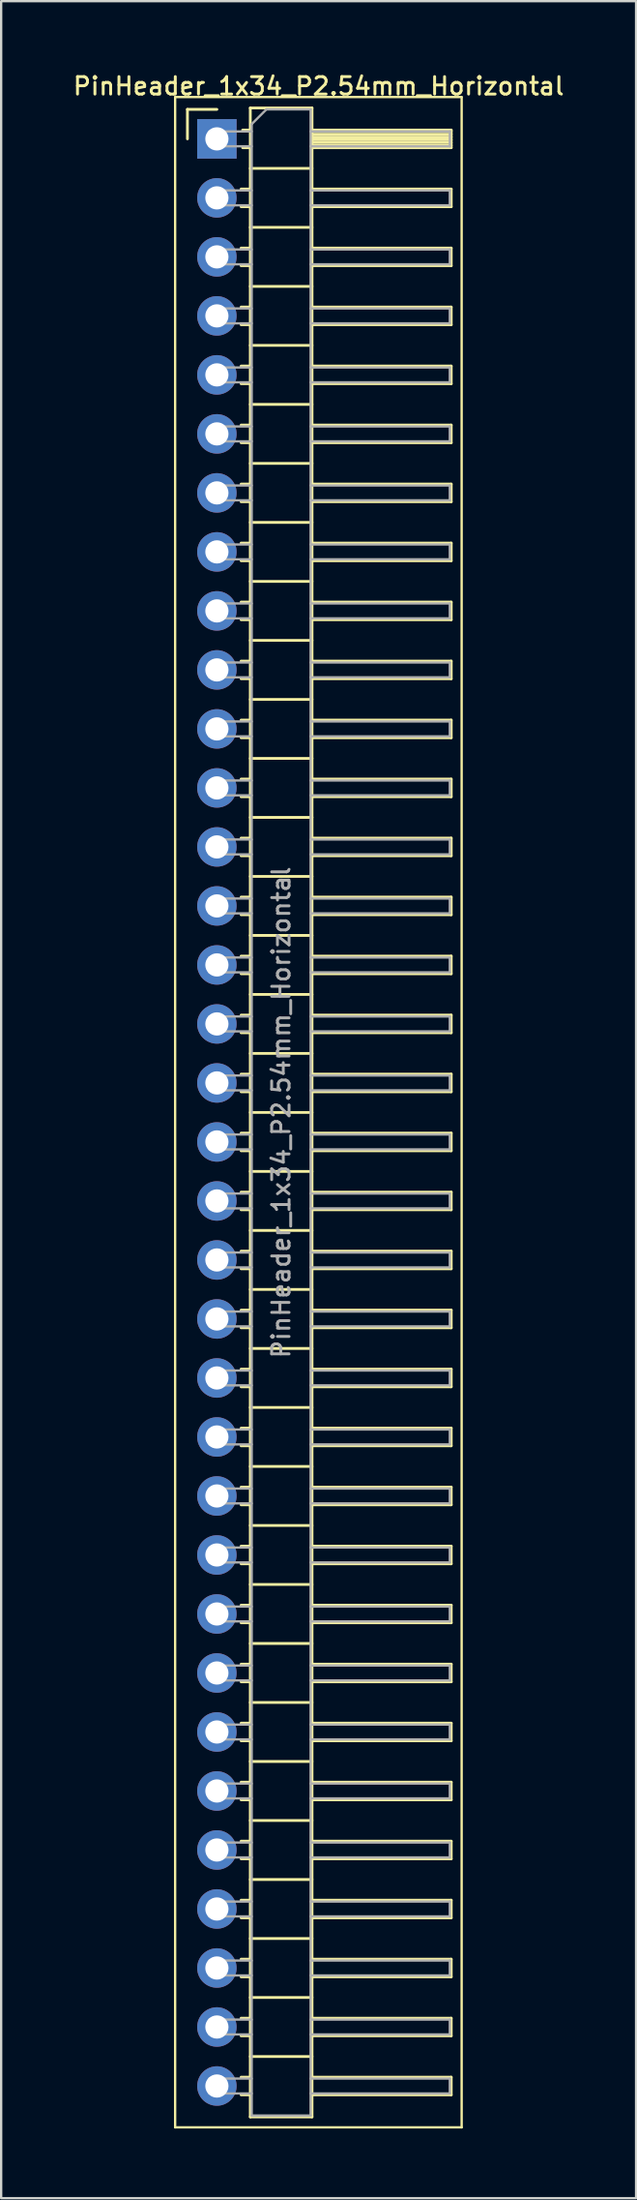
<source format=kicad_pcb>
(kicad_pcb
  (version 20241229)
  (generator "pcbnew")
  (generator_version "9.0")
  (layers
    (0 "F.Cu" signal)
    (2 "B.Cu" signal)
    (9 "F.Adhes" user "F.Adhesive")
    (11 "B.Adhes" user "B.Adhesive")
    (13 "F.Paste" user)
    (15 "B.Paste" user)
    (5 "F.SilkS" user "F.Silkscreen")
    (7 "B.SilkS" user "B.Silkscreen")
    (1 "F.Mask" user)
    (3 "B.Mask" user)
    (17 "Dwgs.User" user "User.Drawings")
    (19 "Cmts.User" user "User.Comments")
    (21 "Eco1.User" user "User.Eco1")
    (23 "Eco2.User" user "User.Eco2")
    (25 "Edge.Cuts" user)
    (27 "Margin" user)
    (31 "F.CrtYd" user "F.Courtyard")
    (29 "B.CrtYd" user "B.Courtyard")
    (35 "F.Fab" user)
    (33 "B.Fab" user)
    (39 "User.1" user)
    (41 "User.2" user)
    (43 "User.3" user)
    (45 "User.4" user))
  (footprint "PinHeader_1x34_P2.54mm_Horizontal"
    (layer "F.Cu")
    (at 6.299 2.928)
    (property "Reference" "PinHeader_1x34_P2.54mm_Horizontal" (at 4.385 -2.27 0) (layer "F.SilkS") (effects (font (size 0.75 0.75) (thickness 0.125))))
    (attr through_hole)
    (fp_line (start -1.8 -1.8) (end -1.8 85.6) (stroke (width 0.1) (type solid)) (layer "F.SilkS"))
    (fp_line (start -1.8 85.6) (end 10.55 85.6) (stroke (width 0.1) (type solid)) (layer "F.SilkS"))
    (fp_line (start -1.27 -1.27) (end 0 -1.27) (stroke (width 0.12) (type solid)) (layer "F.SilkS"))
    (fp_line (start -1.27 0) (end -1.27 -1.27) (stroke (width 0.12) (type solid)) (layer "F.SilkS"))
    (fp_line (start 1.043 2.16) (end 1.44 2.16) (stroke (width 0.12) (type solid)) (layer "F.SilkS"))
    (fp_line (start 1.043 2.92) (end 1.44 2.92) (stroke (width 0.12) (type solid)) (layer "F.SilkS"))
    (fp_line (start 1.043 4.7) (end 1.44 4.7) (stroke (width 0.12) (type solid)) (layer "F.SilkS"))
    (fp_line (start 1.043 5.46) (end 1.44 5.46) (stroke (width 0.12) (type solid)) (layer "F.SilkS"))
    (fp_line (start 1.043 7.24) (end 1.44 7.24) (stroke (width 0.12) (type solid)) (layer "F.SilkS"))
    (fp_line (start 1.043 8) (end 1.44 8) (stroke (width 0.12) (type solid)) (layer "F.SilkS"))
    (fp_line (start 1.043 9.78) (end 1.44 9.78) (stroke (width 0.12) (type solid)) (layer "F.SilkS"))
    (fp_line (start 1.043 10.54) (end 1.44 10.54) (stroke (width 0.12) (type solid)) (layer "F.SilkS"))
    (fp_line (start 1.043 12.32) (end 1.44 12.32) (stroke (width 0.12) (type solid)) (layer "F.SilkS"))
    (fp_line (start 1.043 13.08) (end 1.44 13.08) (stroke (width 0.12) (type solid)) (layer "F.SilkS"))
    (fp_line (start 1.043 14.86) (end 1.44 14.86) (stroke (width 0.12) (type solid)) (layer "F.SilkS"))
    (fp_line (start 1.043 15.62) (end 1.44 15.62) (stroke (width 0.12) (type solid)) (layer "F.SilkS"))
    (fp_line (start 1.043 17.4) (end 1.44 17.4) (stroke (width 0.12) (type solid)) (layer "F.SilkS"))
    (fp_line (start 1.043 18.16) (end 1.44 18.16) (stroke (width 0.12) (type solid)) (layer "F.SilkS"))
    (fp_line (start 1.043 19.94) (end 1.44 19.94) (stroke (width 0.12) (type solid)) (layer "F.SilkS"))
    (fp_line (start 1.043 20.7) (end 1.44 20.7) (stroke (width 0.12) (type solid)) (layer "F.SilkS"))
    (fp_line (start 1.043 22.48) (end 1.44 22.48) (stroke (width 0.12) (type solid)) (layer "F.SilkS"))
    (fp_line (start 1.043 23.24) (end 1.44 23.24) (stroke (width 0.12) (type solid)) (layer "F.SilkS"))
    (fp_line (start 1.043 25.02) (end 1.44 25.02) (stroke (width 0.12) (type solid)) (layer "F.SilkS"))
    (fp_line (start 1.043 25.78) (end 1.44 25.78) (stroke (width 0.12) (type solid)) (layer "F.SilkS"))
    (fp_line (start 1.043 27.56) (end 1.44 27.56) (stroke (width 0.12) (type solid)) (layer "F.SilkS"))
    (fp_line (start 1.043 28.32) (end 1.44 28.32) (stroke (width 0.12) (type solid)) (layer "F.SilkS"))
    (fp_line (start 1.043 30.1) (end 1.44 30.1) (stroke (width 0.12) (type solid)) (layer "F.SilkS"))
    (fp_line (start 1.043 30.86) (end 1.44 30.86) (stroke (width 0.12) (type solid)) (layer "F.SilkS"))
    (fp_line (start 1.043 32.64) (end 1.44 32.64) (stroke (width 0.12) (type solid)) (layer "F.SilkS"))
    (fp_line (start 1.043 33.4) (end 1.44 33.4) (stroke (width 0.12) (type solid)) (layer "F.SilkS"))
    (fp_line (start 1.043 35.18) (end 1.44 35.18) (stroke (width 0.12) (type solid)) (layer "F.SilkS"))
    (fp_line (start 1.043 35.94) (end 1.44 35.94) (stroke (width 0.12) (type solid)) (layer "F.SilkS"))
    (fp_line (start 1.043 37.72) (end 1.44 37.72) (stroke (width 0.12) (type solid)) (layer "F.SilkS"))
    (fp_line (start 1.043 38.48) (end 1.44 38.48) (stroke (width 0.12) (type solid)) (layer "F.SilkS"))
    (fp_line (start 1.043 40.26) (end 1.44 40.26) (stroke (width 0.12) (type solid)) (layer "F.SilkS"))
    (fp_line (start 1.043 41.02) (end 1.44 41.02) (stroke (width 0.12) (type solid)) (layer "F.SilkS"))
    (fp_line (start 1.043 42.8) (end 1.44 42.8) (stroke (width 0.12) (type solid)) (layer "F.SilkS"))
    (fp_line (start 1.043 43.56) (end 1.44 43.56) (stroke (width 0.12) (type solid)) (layer "F.SilkS"))
    (fp_line (start 1.043 45.34) (end 1.44 45.34) (stroke (width 0.12) (type solid)) (layer "F.SilkS"))
    (fp_line (start 1.043 46.1) (end 1.44 46.1) (stroke (width 0.12) (type solid)) (layer "F.SilkS"))
    (fp_line (start 1.043 47.88) (end 1.44 47.88) (stroke (width 0.12) (type solid)) (layer "F.SilkS"))
    (fp_line (start 1.043 48.64) (end 1.44 48.64) (stroke (width 0.12) (type solid)) (layer "F.SilkS"))
    (fp_line (start 1.043 50.42) (end 1.44 50.42) (stroke (width 0.12) (type solid)) (layer "F.SilkS"))
    (fp_line (start 1.043 51.18) (end 1.44 51.18) (stroke (width 0.12) (type solid)) (layer "F.SilkS"))
    (fp_line (start 1.043 52.96) (end 1.44 52.96) (stroke (width 0.12) (type solid)) (layer "F.SilkS"))
    (fp_line (start 1.043 53.72) (end 1.44 53.72) (stroke (width 0.12) (type solid)) (layer "F.SilkS"))
    (fp_line (start 1.043 55.5) (end 1.44 55.5) (stroke (width 0.12) (type solid)) (layer "F.SilkS"))
    (fp_line (start 1.043 56.26) (end 1.44 56.26) (stroke (width 0.12) (type solid)) (layer "F.SilkS"))
    (fp_line (start 1.043 58.04) (end 1.44 58.04) (stroke (width 0.12) (type solid)) (layer "F.SilkS"))
    (fp_line (start 1.043 58.8) (end 1.44 58.8) (stroke (width 0.12) (type solid)) (layer "F.SilkS"))
    (fp_line (start 1.043 60.58) (end 1.44 60.58) (stroke (width 0.12) (type solid)) (layer "F.SilkS"))
    (fp_line (start 1.043 61.34) (end 1.44 61.34) (stroke (width 0.12) (type solid)) (layer "F.SilkS"))
    (fp_line (start 1.043 63.12) (end 1.44 63.12) (stroke (width 0.12) (type solid)) (layer "F.SilkS"))
    (fp_line (start 1.043 63.88) (end 1.44 63.88) (stroke (width 0.12) (type solid)) (layer "F.SilkS"))
    (fp_line (start 1.043 65.66) (end 1.44 65.66) (stroke (width 0.12) (type solid)) (layer "F.SilkS"))
    (fp_line (start 1.043 66.42) (end 1.44 66.42) (stroke (width 0.12) (type solid)) (layer "F.SilkS"))
    (fp_line (start 1.043 68.2) (end 1.44 68.2) (stroke (width 0.12) (type solid)) (layer "F.SilkS"))
    (fp_line (start 1.043 68.96) (end 1.44 68.96) (stroke (width 0.12) (type solid)) (layer "F.SilkS"))
    (fp_line (start 1.043 70.74) (end 1.44 70.74) (stroke (width 0.12) (type solid)) (layer "F.SilkS"))
    (fp_line (start 1.043 71.5) (end 1.44 71.5) (stroke (width 0.12) (type solid)) (layer "F.SilkS"))
    (fp_line (start 1.043 73.28) (end 1.44 73.28) (stroke (width 0.12) (type solid)) (layer "F.SilkS"))
    (fp_line (start 1.043 74.04) (end 1.44 74.04) (stroke (width 0.12) (type solid)) (layer "F.SilkS"))
    (fp_line (start 1.043 75.82) (end 1.44 75.82) (stroke (width 0.12) (type solid)) (layer "F.SilkS"))
    (fp_line (start 1.043 76.58) (end 1.44 76.58) (stroke (width 0.12) (type solid)) (layer "F.SilkS"))
    (fp_line (start 1.043 78.36) (end 1.44 78.36) (stroke (width 0.12) (type solid)) (layer "F.SilkS"))
    (fp_line (start 1.043 79.12) (end 1.44 79.12) (stroke (width 0.12) (type solid)) (layer "F.SilkS"))
    (fp_line (start 1.043 80.9) (end 1.44 80.9) (stroke (width 0.12) (type solid)) (layer "F.SilkS"))
    (fp_line (start 1.043 81.66) (end 1.44 81.66) (stroke (width 0.12) (type solid)) (layer "F.SilkS"))
    (fp_line (start 1.043 83.44) (end 1.44 83.44) (stroke (width 0.12) (type solid)) (layer "F.SilkS"))
    (fp_line (start 1.043 84.2) (end 1.44 84.2) (stroke (width 0.12) (type solid)) (layer "F.SilkS"))
    (fp_line (start 1.11 -0.38) (end 1.44 -0.38) (stroke (width 0.12) (type solid)) (layer "F.SilkS"))
    (fp_line (start 1.11 0.38) (end 1.44 0.38) (stroke (width 0.12) (type solid)) (layer "F.SilkS"))
    (fp_line (start 1.44 -1.33) (end 1.44 85.15) (stroke (width 0.12) (type solid)) (layer "F.SilkS"))
    (fp_line (start 1.44 1.27) (end 4.1 1.27) (stroke (width 0.12) (type solid)) (layer "F.SilkS"))
    (fp_line (start 1.44 3.81) (end 4.1 3.81) (stroke (width 0.12) (type solid)) (layer "F.SilkS"))
    (fp_line (start 1.44 6.35) (end 4.1 6.35) (stroke (width 0.12) (type solid)) (layer "F.SilkS"))
    (fp_line (start 1.44 8.89) (end 4.1 8.89) (stroke (width 0.12) (type solid)) (layer "F.SilkS"))
    (fp_line (start 1.44 11.43) (end 4.1 11.43) (stroke (width 0.12) (type solid)) (layer "F.SilkS"))
    (fp_line (start 1.44 13.97) (end 4.1 13.97) (stroke (width 0.12) (type solid)) (layer "F.SilkS"))
    (fp_line (start 1.44 16.51) (end 4.1 16.51) (stroke (width 0.12) (type solid)) (layer "F.SilkS"))
    (fp_line (start 1.44 19.05) (end 4.1 19.05) (stroke (width 0.12) (type solid)) (layer "F.SilkS"))
    (fp_line (start 1.44 21.59) (end 4.1 21.59) (stroke (width 0.12) (type solid)) (layer "F.SilkS"))
    (fp_line (start 1.44 24.13) (end 4.1 24.13) (stroke (width 0.12) (type solid)) (layer "F.SilkS"))
    (fp_line (start 1.44 26.67) (end 4.1 26.67) (stroke (width 0.12) (type solid)) (layer "F.SilkS"))
    (fp_line (start 1.44 29.21) (end 4.1 29.21) (stroke (width 0.12) (type solid)) (layer "F.SilkS"))
    (fp_line (start 1.44 31.75) (end 4.1 31.75) (stroke (width 0.12) (type solid)) (layer "F.SilkS"))
    (fp_line (start 1.44 34.29) (end 4.1 34.29) (stroke (width 0.12) (type solid)) (layer "F.SilkS"))
    (fp_line (start 1.44 36.83) (end 4.1 36.83) (stroke (width 0.12) (type solid)) (layer "F.SilkS"))
    (fp_line (start 1.44 39.37) (end 4.1 39.37) (stroke (width 0.12) (type solid)) (layer "F.SilkS"))
    (fp_line (start 1.44 41.91) (end 4.1 41.91) (stroke (width 0.12) (type solid)) (layer "F.SilkS"))
    (fp_line (start 1.44 44.45) (end 4.1 44.45) (stroke (width 0.12) (type solid)) (layer "F.SilkS"))
    (fp_line (start 1.44 46.99) (end 4.1 46.99) (stroke (width 0.12) (type solid)) (layer "F.SilkS"))
    (fp_line (start 1.44 49.53) (end 4.1 49.53) (stroke (width 0.12) (type solid)) (layer "F.SilkS"))
    (fp_line (start 1.44 52.07) (end 4.1 52.07) (stroke (width 0.12) (type solid)) (layer "F.SilkS"))
    (fp_line (start 1.44 54.61) (end 4.1 54.61) (stroke (width 0.12) (type solid)) (layer "F.SilkS"))
    (fp_line (start 1.44 57.15) (end 4.1 57.15) (stroke (width 0.12) (type solid)) (layer "F.SilkS"))
    (fp_line (start 1.44 59.69) (end 4.1 59.69) (stroke (width 0.12) (type solid)) (layer "F.SilkS"))
    (fp_line (start 1.44 62.23) (end 4.1 62.23) (stroke (width 0.12) (type solid)) (layer "F.SilkS"))
    (fp_line (start 1.44 64.77) (end 4.1 64.77) (stroke (width 0.12) (type solid)) (layer "F.SilkS"))
    (fp_line (start 1.44 67.31) (end 4.1 67.31) (stroke (width 0.12) (type solid)) (layer "F.SilkS"))
    (fp_line (start 1.44 69.85) (end 4.1 69.85) (stroke (width 0.12) (type solid)) (layer "F.SilkS"))
    (fp_line (start 1.44 72.39) (end 4.1 72.39) (stroke (width 0.12) (type solid)) (layer "F.SilkS"))
    (fp_line (start 1.44 74.93) (end 4.1 74.93) (stroke (width 0.12) (type solid)) (layer "F.SilkS"))
    (fp_line (start 1.44 77.47) (end 4.1 77.47) (stroke (width 0.12) (type solid)) (layer "F.SilkS"))
    (fp_line (start 1.44 80.01) (end 4.1 80.01) (stroke (width 0.12) (type solid)) (layer "F.SilkS"))
    (fp_line (start 1.44 82.55) (end 4.1 82.55) (stroke (width 0.12) (type solid)) (layer "F.SilkS"))
    (fp_line (start 1.44 85.15) (end 4.1 85.15) (stroke (width 0.12) (type solid)) (layer "F.SilkS"))
    (fp_line (start 4.1 -1.33) (end 1.44 -1.33) (stroke (width 0.12) (type solid)) (layer "F.SilkS"))
    (fp_line (start 4.1 -0.38) (end 10.1 -0.38) (stroke (width 0.12) (type solid)) (layer "F.SilkS"))
    (fp_line (start 4.1 -0.32) (end 10.1 -0.32) (stroke (width 0.12) (type solid)) (layer "F.SilkS"))
    (fp_line (start 4.1 -0.2) (end 10.1 -0.2) (stroke (width 0.12) (type solid)) (layer "F.SilkS"))
    (fp_line (start 4.1 -0.08) (end 10.1 -0.08) (stroke (width 0.12) (type solid)) (layer "F.SilkS"))
    (fp_line (start 4.1 0.04) (end 10.1 0.04) (stroke (width 0.12) (type solid)) (layer "F.SilkS"))
    (fp_line (start 4.1 0.16) (end 10.1 0.16) (stroke (width 0.12) (type solid)) (layer "F.SilkS"))
    (fp_line (start 4.1 0.28) (end 10.1 0.28) (stroke (width 0.12) (type solid)) (layer "F.SilkS"))
    (fp_line (start 4.1 2.16) (end 10.1 2.16) (stroke (width 0.12) (type solid)) (layer "F.SilkS"))
    (fp_line (start 4.1 4.7) (end 10.1 4.7) (stroke (width 0.12) (type solid)) (layer "F.SilkS"))
    (fp_line (start 4.1 7.24) (end 10.1 7.24) (stroke (width 0.12) (type solid)) (layer "F.SilkS"))
    (fp_line (start 4.1 9.78) (end 10.1 9.78) (stroke (width 0.12) (type solid)) (layer "F.SilkS"))
    (fp_line (start 4.1 12.32) (end 10.1 12.32) (stroke (width 0.12) (type solid)) (layer "F.SilkS"))
    (fp_line (start 4.1 14.86) (end 10.1 14.86) (stroke (width 0.12) (type solid)) (layer "F.SilkS"))
    (fp_line (start 4.1 17.4) (end 10.1 17.4) (stroke (width 0.12) (type solid)) (layer "F.SilkS"))
    (fp_line (start 4.1 19.94) (end 10.1 19.94) (stroke (width 0.12) (type solid)) (layer "F.SilkS"))
    (fp_line (start 4.1 22.48) (end 10.1 22.48) (stroke (width 0.12) (type solid)) (layer "F.SilkS"))
    (fp_line (start 4.1 25.02) (end 10.1 25.02) (stroke (width 0.12) (type solid)) (layer "F.SilkS"))
    (fp_line (start 4.1 27.56) (end 10.1 27.56) (stroke (width 0.12) (type solid)) (layer "F.SilkS"))
    (fp_line (start 4.1 30.1) (end 10.1 30.1) (stroke (width 0.12) (type solid)) (layer "F.SilkS"))
    (fp_line (start 4.1 32.64) (end 10.1 32.64) (stroke (width 0.12) (type solid)) (layer "F.SilkS"))
    (fp_line (start 4.1 35.18) (end 10.1 35.18) (stroke (width 0.12) (type solid)) (layer "F.SilkS"))
    (fp_line (start 4.1 37.72) (end 10.1 37.72) (stroke (width 0.12) (type solid)) (layer "F.SilkS"))
    (fp_line (start 4.1 40.26) (end 10.1 40.26) (stroke (width 0.12) (type solid)) (layer "F.SilkS"))
    (fp_line (start 4.1 42.8) (end 10.1 42.8) (stroke (width 0.12) (type solid)) (layer "F.SilkS"))
    (fp_line (start 4.1 45.34) (end 10.1 45.34) (stroke (width 0.12) (type solid)) (layer "F.SilkS"))
    (fp_line (start 4.1 47.88) (end 10.1 47.88) (stroke (width 0.12) (type solid)) (layer "F.SilkS"))
    (fp_line (start 4.1 50.42) (end 10.1 50.42) (stroke (width 0.12) (type solid)) (layer "F.SilkS"))
    (fp_line (start 4.1 52.96) (end 10.1 52.96) (stroke (width 0.12) (type solid)) (layer "F.SilkS"))
    (fp_line (start 4.1 55.5) (end 10.1 55.5) (stroke (width 0.12) (type solid)) (layer "F.SilkS"))
    (fp_line (start 4.1 58.04) (end 10.1 58.04) (stroke (width 0.12) (type solid)) (layer "F.SilkS"))
    (fp_line (start 4.1 60.58) (end 10.1 60.58) (stroke (width 0.12) (type solid)) (layer "F.SilkS"))
    (fp_line (start 4.1 63.12) (end 10.1 63.12) (stroke (width 0.12) (type solid)) (layer "F.SilkS"))
    (fp_line (start 4.1 65.66) (end 10.1 65.66) (stroke (width 0.12) (type solid)) (layer "F.SilkS"))
    (fp_line (start 4.1 68.2) (end 10.1 68.2) (stroke (width 0.12) (type solid)) (layer "F.SilkS"))
    (fp_line (start 4.1 70.74) (end 10.1 70.74) (stroke (width 0.12) (type solid)) (layer "F.SilkS"))
    (fp_line (start 4.1 73.28) (end 10.1 73.28) (stroke (width 0.12) (type solid)) (layer "F.SilkS"))
    (fp_line (start 4.1 75.82) (end 10.1 75.82) (stroke (width 0.12) (type solid)) (layer "F.SilkS"))
    (fp_line (start 4.1 78.36) (end 10.1 78.36) (stroke (width 0.12) (type solid)) (layer "F.SilkS"))
    (fp_line (start 4.1 80.9) (end 10.1 80.9) (stroke (width 0.12) (type solid)) (layer "F.SilkS"))
    (fp_line (start 4.1 83.44) (end 10.1 83.44) (stroke (width 0.12) (type solid)) (layer "F.SilkS"))
    (fp_line (start 4.1 85.15) (end 4.1 -1.33) (stroke (width 0.12) (type solid)) (layer "F.SilkS"))
    (fp_line (start 10.1 -0.38) (end 10.1 0.38) (stroke (width 0.12) (type solid)) (layer "F.SilkS"))
    (fp_line (start 10.1 0.38) (end 4.1 0.38) (stroke (width 0.12) (type solid)) (layer "F.SilkS"))
    (fp_line (start 10.1 2.16) (end 10.1 2.92) (stroke (width 0.12) (type solid)) (layer "F.SilkS"))
    (fp_line (start 10.1 2.92) (end 4.1 2.92) (stroke (width 0.12) (type solid)) (layer "F.SilkS"))
    (fp_line (start 10.1 4.7) (end 10.1 5.46) (stroke (width 0.12) (type solid)) (layer "F.SilkS"))
    (fp_line (start 10.1 5.46) (end 4.1 5.46) (stroke (width 0.12) (type solid)) (layer "F.SilkS"))
    (fp_line (start 10.1 7.24) (end 10.1 8) (stroke (width 0.12) (type solid)) (layer "F.SilkS"))
    (fp_line (start 10.1 8) (end 4.1 8) (stroke (width 0.12) (type solid)) (layer "F.SilkS"))
    (fp_line (start 10.1 9.78) (end 10.1 10.54) (stroke (width 0.12) (type solid)) (layer "F.SilkS"))
    (fp_line (start 10.1 10.54) (end 4.1 10.54) (stroke (width 0.12) (type solid)) (layer "F.SilkS"))
    (fp_line (start 10.1 12.32) (end 10.1 13.08) (stroke (width 0.12) (type solid)) (layer "F.SilkS"))
    (fp_line (start 10.1 13.08) (end 4.1 13.08) (stroke (width 0.12) (type solid)) (layer "F.SilkS"))
    (fp_line (start 10.1 14.86) (end 10.1 15.62) (stroke (width 0.12) (type solid)) (layer "F.SilkS"))
    (fp_line (start 10.1 15.62) (end 4.1 15.62) (stroke (width 0.12) (type solid)) (layer "F.SilkS"))
    (fp_line (start 10.1 17.4) (end 10.1 18.16) (stroke (width 0.12) (type solid)) (layer "F.SilkS"))
    (fp_line (start 10.1 18.16) (end 4.1 18.16) (stroke (width 0.12) (type solid)) (layer "F.SilkS"))
    (fp_line (start 10.1 19.94) (end 10.1 20.7) (stroke (width 0.12) (type solid)) (layer "F.SilkS"))
    (fp_line (start 10.1 20.7) (end 4.1 20.7) (stroke (width 0.12) (type solid)) (layer "F.SilkS"))
    (fp_line (start 10.1 22.48) (end 10.1 23.24) (stroke (width 0.12) (type solid)) (layer "F.SilkS"))
    (fp_line (start 10.1 23.24) (end 4.1 23.24) (stroke (width 0.12) (type solid)) (layer "F.SilkS"))
    (fp_line (start 10.1 25.02) (end 10.1 25.78) (stroke (width 0.12) (type solid)) (layer "F.SilkS"))
    (fp_line (start 10.1 25.78) (end 4.1 25.78) (stroke (width 0.12) (type solid)) (layer "F.SilkS"))
    (fp_line (start 10.1 27.56) (end 10.1 28.32) (stroke (width 0.12) (type solid)) (layer "F.SilkS"))
    (fp_line (start 10.1 28.32) (end 4.1 28.32) (stroke (width 0.12) (type solid)) (layer "F.SilkS"))
    (fp_line (start 10.1 30.1) (end 10.1 30.86) (stroke (width 0.12) (type solid)) (layer "F.SilkS"))
    (fp_line (start 10.1 30.86) (end 4.1 30.86) (stroke (width 0.12) (type solid)) (layer "F.SilkS"))
    (fp_line (start 10.1 32.64) (end 10.1 33.4) (stroke (width 0.12) (type solid)) (layer "F.SilkS"))
    (fp_line (start 10.1 33.4) (end 4.1 33.4) (stroke (width 0.12) (type solid)) (layer "F.SilkS"))
    (fp_line (start 10.1 35.18) (end 10.1 35.94) (stroke (width 0.12) (type solid)) (layer "F.SilkS"))
    (fp_line (start 10.1 35.94) (end 4.1 35.94) (stroke (width 0.12) (type solid)) (layer "F.SilkS"))
    (fp_line (start 10.1 37.72) (end 10.1 38.48) (stroke (width 0.12) (type solid)) (layer "F.SilkS"))
    (fp_line (start 10.1 38.48) (end 4.1 38.48) (stroke (width 0.12) (type solid)) (layer "F.SilkS"))
    (fp_line (start 10.1 40.26) (end 10.1 41.02) (stroke (width 0.12) (type solid)) (layer "F.SilkS"))
    (fp_line (start 10.1 41.02) (end 4.1 41.02) (stroke (width 0.12) (type solid)) (layer "F.SilkS"))
    (fp_line (start 10.1 42.8) (end 10.1 43.56) (stroke (width 0.12) (type solid)) (layer "F.SilkS"))
    (fp_line (start 10.1 43.56) (end 4.1 43.56) (stroke (width 0.12) (type solid)) (layer "F.SilkS"))
    (fp_line (start 10.1 45.34) (end 10.1 46.1) (stroke (width 0.12) (type solid)) (layer "F.SilkS"))
    (fp_line (start 10.1 46.1) (end 4.1 46.1) (stroke (width 0.12) (type solid)) (layer "F.SilkS"))
    (fp_line (start 10.1 47.88) (end 10.1 48.64) (stroke (width 0.12) (type solid)) (layer "F.SilkS"))
    (fp_line (start 10.1 48.64) (end 4.1 48.64) (stroke (width 0.12) (type solid)) (layer "F.SilkS"))
    (fp_line (start 10.1 50.42) (end 10.1 51.18) (stroke (width 0.12) (type solid)) (layer "F.SilkS"))
    (fp_line (start 10.1 51.18) (end 4.1 51.18) (stroke (width 0.12) (type solid)) (layer "F.SilkS"))
    (fp_line (start 10.1 52.96) (end 10.1 53.72) (stroke (width 0.12) (type solid)) (layer "F.SilkS"))
    (fp_line (start 10.1 53.72) (end 4.1 53.72) (stroke (width 0.12) (type solid)) (layer "F.SilkS"))
    (fp_line (start 10.1 55.5) (end 10.1 56.26) (stroke (width 0.12) (type solid)) (layer "F.SilkS"))
    (fp_line (start 10.1 56.26) (end 4.1 56.26) (stroke (width 0.12) (type solid)) (layer "F.SilkS"))
    (fp_line (start 10.1 58.04) (end 10.1 58.8) (stroke (width 0.12) (type solid)) (layer "F.SilkS"))
    (fp_line (start 10.1 58.8) (end 4.1 58.8) (stroke (width 0.12) (type solid)) (layer "F.SilkS"))
    (fp_line (start 10.1 60.58) (end 10.1 61.34) (stroke (width 0.12) (type solid)) (layer "F.SilkS"))
    (fp_line (start 10.1 61.34) (end 4.1 61.34) (stroke (width 0.12) (type solid)) (layer "F.SilkS"))
    (fp_line (start 10.1 63.12) (end 10.1 63.88) (stroke (width 0.12) (type solid)) (layer "F.SilkS"))
    (fp_line (start 10.1 63.88) (end 4.1 63.88) (stroke (width 0.12) (type solid)) (layer "F.SilkS"))
    (fp_line (start 10.1 65.66) (end 10.1 66.42) (stroke (width 0.12) (type solid)) (layer "F.SilkS"))
    (fp_line (start 10.1 66.42) (end 4.1 66.42) (stroke (width 0.12) (type solid)) (layer "F.SilkS"))
    (fp_line (start 10.1 68.2) (end 10.1 68.96) (stroke (width 0.12) (type solid)) (layer "F.SilkS"))
    (fp_line (start 10.1 68.96) (end 4.1 68.96) (stroke (width 0.12) (type solid)) (layer "F.SilkS"))
    (fp_line (start 10.1 70.74) (end 10.1 71.5) (stroke (width 0.12) (type solid)) (layer "F.SilkS"))
    (fp_line (start 10.1 71.5) (end 4.1 71.5) (stroke (width 0.12) (type solid)) (layer "F.SilkS"))
    (fp_line (start 10.1 73.28) (end 10.1 74.04) (stroke (width 0.12) (type solid)) (layer "F.SilkS"))
    (fp_line (start 10.1 74.04) (end 4.1 74.04) (stroke (width 0.12) (type solid)) (layer "F.SilkS"))
    (fp_line (start 10.1 75.82) (end 10.1 76.58) (stroke (width 0.12) (type solid)) (layer "F.SilkS"))
    (fp_line (start 10.1 76.58) (end 4.1 76.58) (stroke (width 0.12) (type solid)) (layer "F.SilkS"))
    (fp_line (start 10.1 78.36) (end 10.1 79.12) (stroke (width 0.12) (type solid)) (layer "F.SilkS"))
    (fp_line (start 10.1 79.12) (end 4.1 79.12) (stroke (width 0.12) (type solid)) (layer "F.SilkS"))
    (fp_line (start 10.1 80.9) (end 10.1 81.66) (stroke (width 0.12) (type solid)) (layer "F.SilkS"))
    (fp_line (start 10.1 81.66) (end 4.1 81.66) (stroke (width 0.12) (type solid)) (layer "F.SilkS"))
    (fp_line (start 10.1 83.44) (end 10.1 84.2) (stroke (width 0.12) (type solid)) (layer "F.SilkS"))
    (fp_line (start 10.1 84.2) (end 4.1 84.2) (stroke (width 0.12) (type solid)) (layer "F.SilkS"))
    (fp_line (start 10.55 -1.8) (end -1.8 -1.8) (stroke (width 0.1) (type solid)) (layer "F.SilkS"))
    (fp_line (start 10.55 85.6) (end 10.55 -1.8) (stroke (width 0.1) (type solid)) (layer "F.SilkS"))
    (fp_line (start -0.32 -0.32) (end -0.32 0.32) (stroke (width 0.1) (type solid)) (layer "F.Fab"))
    (fp_line (start -0.32 -0.32) (end 1.5 -0.32) (stroke (width 0.1) (type solid)) (layer "F.Fab"))
    (fp_line (start -0.32 0.32) (end 1.5 0.32) (stroke (width 0.1) (type solid)) (layer "F.Fab"))
    (fp_line (start -0.32 2.22) (end -0.32 2.86) (stroke (width 0.1) (type solid)) (layer "F.Fab"))
    (fp_line (start -0.32 2.22) (end 1.5 2.22) (stroke (width 0.1) (type solid)) (layer "F.Fab"))
    (fp_line (start -0.32 2.86) (end 1.5 2.86) (stroke (width 0.1) (type solid)) (layer "F.Fab"))
    (fp_line (start -0.32 4.76) (end -0.32 5.4) (stroke (width 0.1) (type solid)) (layer "F.Fab"))
    (fp_line (start -0.32 4.76) (end 1.5 4.76) (stroke (width 0.1) (type solid)) (layer "F.Fab"))
    (fp_line (start -0.32 5.4) (end 1.5 5.4) (stroke (width 0.1) (type solid)) (layer "F.Fab"))
    (fp_line (start -0.32 7.3) (end -0.32 7.94) (stroke (width 0.1) (type solid)) (layer "F.Fab"))
    (fp_line (start -0.32 7.3) (end 1.5 7.3) (stroke (width 0.1) (type solid)) (layer "F.Fab"))
    (fp_line (start -0.32 7.94) (end 1.5 7.94) (stroke (width 0.1) (type solid)) (layer "F.Fab"))
    (fp_line (start -0.32 9.84) (end -0.32 10.48) (stroke (width 0.1) (type solid)) (layer "F.Fab"))
    (fp_line (start -0.32 9.84) (end 1.5 9.84) (stroke (width 0.1) (type solid)) (layer "F.Fab"))
    (fp_line (start -0.32 10.48) (end 1.5 10.48) (stroke (width 0.1) (type solid)) (layer "F.Fab"))
    (fp_line (start -0.32 12.38) (end -0.32 13.02) (stroke (width 0.1) (type solid)) (layer "F.Fab"))
    (fp_line (start -0.32 12.38) (end 1.5 12.38) (stroke (width 0.1) (type solid)) (layer "F.Fab"))
    (fp_line (start -0.32 13.02) (end 1.5 13.02) (stroke (width 0.1) (type solid)) (layer "F.Fab"))
    (fp_line (start -0.32 14.92) (end -0.32 15.56) (stroke (width 0.1) (type solid)) (layer "F.Fab"))
    (fp_line (start -0.32 14.92) (end 1.5 14.92) (stroke (width 0.1) (type solid)) (layer "F.Fab"))
    (fp_line (start -0.32 15.56) (end 1.5 15.56) (stroke (width 0.1) (type solid)) (layer "F.Fab"))
    (fp_line (start -0.32 17.46) (end -0.32 18.1) (stroke (width 0.1) (type solid)) (layer "F.Fab"))
    (fp_line (start -0.32 17.46) (end 1.5 17.46) (stroke (width 0.1) (type solid)) (layer "F.Fab"))
    (fp_line (start -0.32 18.1) (end 1.5 18.1) (stroke (width 0.1) (type solid)) (layer "F.Fab"))
    (fp_line (start -0.32 20) (end -0.32 20.64) (stroke (width 0.1) (type solid)) (layer "F.Fab"))
    (fp_line (start -0.32 20) (end 1.5 20) (stroke (width 0.1) (type solid)) (layer "F.Fab"))
    (fp_line (start -0.32 20.64) (end 1.5 20.64) (stroke (width 0.1) (type solid)) (layer "F.Fab"))
    (fp_line (start -0.32 22.54) (end -0.32 23.18) (stroke (width 0.1) (type solid)) (layer "F.Fab"))
    (fp_line (start -0.32 22.54) (end 1.5 22.54) (stroke (width 0.1) (type solid)) (layer "F.Fab"))
    (fp_line (start -0.32 23.18) (end 1.5 23.18) (stroke (width 0.1) (type solid)) (layer "F.Fab"))
    (fp_line (start -0.32 25.08) (end -0.32 25.72) (stroke (width 0.1) (type solid)) (layer "F.Fab"))
    (fp_line (start -0.32 25.08) (end 1.5 25.08) (stroke (width 0.1) (type solid)) (layer "F.Fab"))
    (fp_line (start -0.32 25.72) (end 1.5 25.72) (stroke (width 0.1) (type solid)) (layer "F.Fab"))
    (fp_line (start -0.32 27.62) (end -0.32 28.26) (stroke (width 0.1) (type solid)) (layer "F.Fab"))
    (fp_line (start -0.32 27.62) (end 1.5 27.62) (stroke (width 0.1) (type solid)) (layer "F.Fab"))
    (fp_line (start -0.32 28.26) (end 1.5 28.26) (stroke (width 0.1) (type solid)) (layer "F.Fab"))
    (fp_line (start -0.32 30.16) (end -0.32 30.8) (stroke (width 0.1) (type solid)) (layer "F.Fab"))
    (fp_line (start -0.32 30.16) (end 1.5 30.16) (stroke (width 0.1) (type solid)) (layer "F.Fab"))
    (fp_line (start -0.32 30.8) (end 1.5 30.8) (stroke (width 0.1) (type solid)) (layer "F.Fab"))
    (fp_line (start -0.32 32.7) (end -0.32 33.34) (stroke (width 0.1) (type solid)) (layer "F.Fab"))
    (fp_line (start -0.32 32.7) (end 1.5 32.7) (stroke (width 0.1) (type solid)) (layer "F.Fab"))
    (fp_line (start -0.32 33.34) (end 1.5 33.34) (stroke (width 0.1) (type solid)) (layer "F.Fab"))
    (fp_line (start -0.32 35.24) (end -0.32 35.88) (stroke (width 0.1) (type solid)) (layer "F.Fab"))
    (fp_line (start -0.32 35.24) (end 1.5 35.24) (stroke (width 0.1) (type solid)) (layer "F.Fab"))
    (fp_line (start -0.32 35.88) (end 1.5 35.88) (stroke (width 0.1) (type solid)) (layer "F.Fab"))
    (fp_line (start -0.32 37.78) (end -0.32 38.42) (stroke (width 0.1) (type solid)) (layer "F.Fab"))
    (fp_line (start -0.32 37.78) (end 1.5 37.78) (stroke (width 0.1) (type solid)) (layer "F.Fab"))
    (fp_line (start -0.32 38.42) (end 1.5 38.42) (stroke (width 0.1) (type solid)) (layer "F.Fab"))
    (fp_line (start -0.32 40.32) (end -0.32 40.96) (stroke (width 0.1) (type solid)) (layer "F.Fab"))
    (fp_line (start -0.32 40.32) (end 1.5 40.32) (stroke (width 0.1) (type solid)) (layer "F.Fab"))
    (fp_line (start -0.32 40.96) (end 1.5 40.96) (stroke (width 0.1) (type solid)) (layer "F.Fab"))
    (fp_line (start -0.32 42.86) (end -0.32 43.5) (stroke (width 0.1) (type solid)) (layer "F.Fab"))
    (fp_line (start -0.32 42.86) (end 1.5 42.86) (stroke (width 0.1) (type solid)) (layer "F.Fab"))
    (fp_line (start -0.32 43.5) (end 1.5 43.5) (stroke (width 0.1) (type solid)) (layer "F.Fab"))
    (fp_line (start -0.32 45.4) (end -0.32 46.04) (stroke (width 0.1) (type solid)) (layer "F.Fab"))
    (fp_line (start -0.32 45.4) (end 1.5 45.4) (stroke (width 0.1) (type solid)) (layer "F.Fab"))
    (fp_line (start -0.32 46.04) (end 1.5 46.04) (stroke (width 0.1) (type solid)) (layer "F.Fab"))
    (fp_line (start -0.32 47.94) (end -0.32 48.58) (stroke (width 0.1) (type solid)) (layer "F.Fab"))
    (fp_line (start -0.32 47.94) (end 1.5 47.94) (stroke (width 0.1) (type solid)) (layer "F.Fab"))
    (fp_line (start -0.32 48.58) (end 1.5 48.58) (stroke (width 0.1) (type solid)) (layer "F.Fab"))
    (fp_line (start -0.32 50.48) (end -0.32 51.12) (stroke (width 0.1) (type solid)) (layer "F.Fab"))
    (fp_line (start -0.32 50.48) (end 1.5 50.48) (stroke (width 0.1) (type solid)) (layer "F.Fab"))
    (fp_line (start -0.32 51.12) (end 1.5 51.12) (stroke (width 0.1) (type solid)) (layer "F.Fab"))
    (fp_line (start -0.32 53.02) (end -0.32 53.66) (stroke (width 0.1) (type solid)) (layer "F.Fab"))
    (fp_line (start -0.32 53.02) (end 1.5 53.02) (stroke (width 0.1) (type solid)) (layer "F.Fab"))
    (fp_line (start -0.32 53.66) (end 1.5 53.66) (stroke (width 0.1) (type solid)) (layer "F.Fab"))
    (fp_line (start -0.32 55.56) (end -0.32 56.2) (stroke (width 0.1) (type solid)) (layer "F.Fab"))
    (fp_line (start -0.32 55.56) (end 1.5 55.56) (stroke (width 0.1) (type solid)) (layer "F.Fab"))
    (fp_line (start -0.32 56.2) (end 1.5 56.2) (stroke (width 0.1) (type solid)) (layer "F.Fab"))
    (fp_line (start -0.32 58.1) (end -0.32 58.74) (stroke (width 0.1) (type solid)) (layer "F.Fab"))
    (fp_line (start -0.32 58.1) (end 1.5 58.1) (stroke (width 0.1) (type solid)) (layer "F.Fab"))
    (fp_line (start -0.32 58.74) (end 1.5 58.74) (stroke (width 0.1) (type solid)) (layer "F.Fab"))
    (fp_line (start -0.32 60.64) (end -0.32 61.28) (stroke (width 0.1) (type solid)) (layer "F.Fab"))
    (fp_line (start -0.32 60.64) (end 1.5 60.64) (stroke (width 0.1) (type solid)) (layer "F.Fab"))
    (fp_line (start -0.32 61.28) (end 1.5 61.28) (stroke (width 0.1) (type solid)) (layer "F.Fab"))
    (fp_line (start -0.32 63.18) (end -0.32 63.82) (stroke (width 0.1) (type solid)) (layer "F.Fab"))
    (fp_line (start -0.32 63.18) (end 1.5 63.18) (stroke (width 0.1) (type solid)) (layer "F.Fab"))
    (fp_line (start -0.32 63.82) (end 1.5 63.82) (stroke (width 0.1) (type solid)) (layer "F.Fab"))
    (fp_line (start -0.32 65.72) (end -0.32 66.36) (stroke (width 0.1) (type solid)) (layer "F.Fab"))
    (fp_line (start -0.32 65.72) (end 1.5 65.72) (stroke (width 0.1) (type solid)) (layer "F.Fab"))
    (fp_line (start -0.32 66.36) (end 1.5 66.36) (stroke (width 0.1) (type solid)) (layer "F.Fab"))
    (fp_line (start -0.32 68.26) (end -0.32 68.9) (stroke (width 0.1) (type solid)) (layer "F.Fab"))
    (fp_line (start -0.32 68.26) (end 1.5 68.26) (stroke (width 0.1) (type solid)) (layer "F.Fab"))
    (fp_line (start -0.32 68.9) (end 1.5 68.9) (stroke (width 0.1) (type solid)) (layer "F.Fab"))
    (fp_line (start -0.32 70.8) (end -0.32 71.44) (stroke (width 0.1) (type solid)) (layer "F.Fab"))
    (fp_line (start -0.32 70.8) (end 1.5 70.8) (stroke (width 0.1) (type solid)) (layer "F.Fab"))
    (fp_line (start -0.32 71.44) (end 1.5 71.44) (stroke (width 0.1) (type solid)) (layer "F.Fab"))
    (fp_line (start -0.32 73.34) (end -0.32 73.98) (stroke (width 0.1) (type solid)) (layer "F.Fab"))
    (fp_line (start -0.32 73.34) (end 1.5 73.34) (stroke (width 0.1) (type solid)) (layer "F.Fab"))
    (fp_line (start -0.32 73.98) (end 1.5 73.98) (stroke (width 0.1) (type solid)) (layer "F.Fab"))
    (fp_line (start -0.32 75.88) (end -0.32 76.52) (stroke (width 0.1) (type solid)) (layer "F.Fab"))
    (fp_line (start -0.32 75.88) (end 1.5 75.88) (stroke (width 0.1) (type solid)) (layer "F.Fab"))
    (fp_line (start -0.32 76.52) (end 1.5 76.52) (stroke (width 0.1) (type solid)) (layer "F.Fab"))
    (fp_line (start -0.32 78.42) (end -0.32 79.06) (stroke (width 0.1) (type solid)) (layer "F.Fab"))
    (fp_line (start -0.32 78.42) (end 1.5 78.42) (stroke (width 0.1) (type solid)) (layer "F.Fab"))
    (fp_line (start -0.32 79.06) (end 1.5 79.06) (stroke (width 0.1) (type solid)) (layer "F.Fab"))
    (fp_line (start -0.32 80.96) (end -0.32 81.6) (stroke (width 0.1) (type solid)) (layer "F.Fab"))
    (fp_line (start -0.32 80.96) (end 1.5 80.96) (stroke (width 0.1) (type solid)) (layer "F.Fab"))
    (fp_line (start -0.32 81.6) (end 1.5 81.6) (stroke (width 0.1) (type solid)) (layer "F.Fab"))
    (fp_line (start -0.32 83.5) (end -0.32 84.14) (stroke (width 0.1) (type solid)) (layer "F.Fab"))
    (fp_line (start -0.32 83.5) (end 1.5 83.5) (stroke (width 0.1) (type solid)) (layer "F.Fab"))
    (fp_line (start -0.32 84.14) (end 1.5 84.14) (stroke (width 0.1) (type solid)) (layer "F.Fab"))
    (fp_line (start 1.5 -0.635) (end 2.135 -1.27) (stroke (width 0.1) (type solid)) (layer "F.Fab"))
    (fp_line (start 1.5 85.09) (end 1.5 -0.635) (stroke (width 0.1) (type solid)) (layer "F.Fab"))
    (fp_line (start 2.135 -1.27) (end 4.04 -1.27) (stroke (width 0.1) (type solid)) (layer "F.Fab"))
    (fp_line (start 4.04 -1.27) (end 4.04 85.09) (stroke (width 0.1) (type solid)) (layer "F.Fab"))
    (fp_line (start 4.04 -0.32) (end 10.04 -0.32) (stroke (width 0.1) (type solid)) (layer "F.Fab"))
    (fp_line (start 4.04 0.32) (end 10.04 0.32) (stroke (width 0.1) (type solid)) (layer "F.Fab"))
    (fp_line (start 4.04 2.22) (end 10.04 2.22) (stroke (width 0.1) (type solid)) (layer "F.Fab"))
    (fp_line (start 4.04 2.86) (end 10.04 2.86) (stroke (width 0.1) (type solid)) (layer "F.Fab"))
    (fp_line (start 4.04 4.76) (end 10.04 4.76) (stroke (width 0.1) (type solid)) (layer "F.Fab"))
    (fp_line (start 4.04 5.4) (end 10.04 5.4) (stroke (width 0.1) (type solid)) (layer "F.Fab"))
    (fp_line (start 4.04 7.3) (end 10.04 7.3) (stroke (width 0.1) (type solid)) (layer "F.Fab"))
    (fp_line (start 4.04 7.94) (end 10.04 7.94) (stroke (width 0.1) (type solid)) (layer "F.Fab"))
    (fp_line (start 4.04 9.84) (end 10.04 9.84) (stroke (width 0.1) (type solid)) (layer "F.Fab"))
    (fp_line (start 4.04 10.48) (end 10.04 10.48) (stroke (width 0.1) (type solid)) (layer "F.Fab"))
    (fp_line (start 4.04 12.38) (end 10.04 12.38) (stroke (width 0.1) (type solid)) (layer "F.Fab"))
    (fp_line (start 4.04 13.02) (end 10.04 13.02) (stroke (width 0.1) (type solid)) (layer "F.Fab"))
    (fp_line (start 4.04 14.92) (end 10.04 14.92) (stroke (width 0.1) (type solid)) (layer "F.Fab"))
    (fp_line (start 4.04 15.56) (end 10.04 15.56) (stroke (width 0.1) (type solid)) (layer "F.Fab"))
    (fp_line (start 4.04 17.46) (end 10.04 17.46) (stroke (width 0.1) (type solid)) (layer "F.Fab"))
    (fp_line (start 4.04 18.1) (end 10.04 18.1) (stroke (width 0.1) (type solid)) (layer "F.Fab"))
    (fp_line (start 4.04 20) (end 10.04 20) (stroke (width 0.1) (type solid)) (layer "F.Fab"))
    (fp_line (start 4.04 20.64) (end 10.04 20.64) (stroke (width 0.1) (type solid)) (layer "F.Fab"))
    (fp_line (start 4.04 22.54) (end 10.04 22.54) (stroke (width 0.1) (type solid)) (layer "F.Fab"))
    (fp_line (start 4.04 23.18) (end 10.04 23.18) (stroke (width 0.1) (type solid)) (layer "F.Fab"))
    (fp_line (start 4.04 25.08) (end 10.04 25.08) (stroke (width 0.1) (type solid)) (layer "F.Fab"))
    (fp_line (start 4.04 25.72) (end 10.04 25.72) (stroke (width 0.1) (type solid)) (layer "F.Fab"))
    (fp_line (start 4.04 27.62) (end 10.04 27.62) (stroke (width 0.1) (type solid)) (layer "F.Fab"))
    (fp_line (start 4.04 28.26) (end 10.04 28.26) (stroke (width 0.1) (type solid)) (layer "F.Fab"))
    (fp_line (start 4.04 30.16) (end 10.04 30.16) (stroke (width 0.1) (type solid)) (layer "F.Fab"))
    (fp_line (start 4.04 30.8) (end 10.04 30.8) (stroke (width 0.1) (type solid)) (layer "F.Fab"))
    (fp_line (start 4.04 32.7) (end 10.04 32.7) (stroke (width 0.1) (type solid)) (layer "F.Fab"))
    (fp_line (start 4.04 33.34) (end 10.04 33.34) (stroke (width 0.1) (type solid)) (layer "F.Fab"))
    (fp_line (start 4.04 35.24) (end 10.04 35.24) (stroke (width 0.1) (type solid)) (layer "F.Fab"))
    (fp_line (start 4.04 35.88) (end 10.04 35.88) (stroke (width 0.1) (type solid)) (layer "F.Fab"))
    (fp_line (start 4.04 37.78) (end 10.04 37.78) (stroke (width 0.1) (type solid)) (layer "F.Fab"))
    (fp_line (start 4.04 38.42) (end 10.04 38.42) (stroke (width 0.1) (type solid)) (layer "F.Fab"))
    (fp_line (start 4.04 40.32) (end 10.04 40.32) (stroke (width 0.1) (type solid)) (layer "F.Fab"))
    (fp_line (start 4.04 40.96) (end 10.04 40.96) (stroke (width 0.1) (type solid)) (layer "F.Fab"))
    (fp_line (start 4.04 42.86) (end 10.04 42.86) (stroke (width 0.1) (type solid)) (layer "F.Fab"))
    (fp_line (start 4.04 43.5) (end 10.04 43.5) (stroke (width 0.1) (type solid)) (layer "F.Fab"))
    (fp_line (start 4.04 45.4) (end 10.04 45.4) (stroke (width 0.1) (type solid)) (layer "F.Fab"))
    (fp_line (start 4.04 46.04) (end 10.04 46.04) (stroke (width 0.1) (type solid)) (layer "F.Fab"))
    (fp_line (start 4.04 47.94) (end 10.04 47.94) (stroke (width 0.1) (type solid)) (layer "F.Fab"))
    (fp_line (start 4.04 48.58) (end 10.04 48.58) (stroke (width 0.1) (type solid)) (layer "F.Fab"))
    (fp_line (start 4.04 50.48) (end 10.04 50.48) (stroke (width 0.1) (type solid)) (layer "F.Fab"))
    (fp_line (start 4.04 51.12) (end 10.04 51.12) (stroke (width 0.1) (type solid)) (layer "F.Fab"))
    (fp_line (start 4.04 53.02) (end 10.04 53.02) (stroke (width 0.1) (type solid)) (layer "F.Fab"))
    (fp_line (start 4.04 53.66) (end 10.04 53.66) (stroke (width 0.1) (type solid)) (layer "F.Fab"))
    (fp_line (start 4.04 55.56) (end 10.04 55.56) (stroke (width 0.1) (type solid)) (layer "F.Fab"))
    (fp_line (start 4.04 56.2) (end 10.04 56.2) (stroke (width 0.1) (type solid)) (layer "F.Fab"))
    (fp_line (start 4.04 58.1) (end 10.04 58.1) (stroke (width 0.1) (type solid)) (layer "F.Fab"))
    (fp_line (start 4.04 58.74) (end 10.04 58.74) (stroke (width 0.1) (type solid)) (layer "F.Fab"))
    (fp_line (start 4.04 60.64) (end 10.04 60.64) (stroke (width 0.1) (type solid)) (layer "F.Fab"))
    (fp_line (start 4.04 61.28) (end 10.04 61.28) (stroke (width 0.1) (type solid)) (layer "F.Fab"))
    (fp_line (start 4.04 63.18) (end 10.04 63.18) (stroke (width 0.1) (type solid)) (layer "F.Fab"))
    (fp_line (start 4.04 63.82) (end 10.04 63.82) (stroke (width 0.1) (type solid)) (layer "F.Fab"))
    (fp_line (start 4.04 65.72) (end 10.04 65.72) (stroke (width 0.1) (type solid)) (layer "F.Fab"))
    (fp_line (start 4.04 66.36) (end 10.04 66.36) (stroke (width 0.1) (type solid)) (layer "F.Fab"))
    (fp_line (start 4.04 68.26) (end 10.04 68.26) (stroke (width 0.1) (type solid)) (layer "F.Fab"))
    (fp_line (start 4.04 68.9) (end 10.04 68.9) (stroke (width 0.1) (type solid)) (layer "F.Fab"))
    (fp_line (start 4.04 70.8) (end 10.04 70.8) (stroke (width 0.1) (type solid)) (layer "F.Fab"))
    (fp_line (start 4.04 71.44) (end 10.04 71.44) (stroke (width 0.1) (type solid)) (layer "F.Fab"))
    (fp_line (start 4.04 73.34) (end 10.04 73.34) (stroke (width 0.1) (type solid)) (layer "F.Fab"))
    (fp_line (start 4.04 73.98) (end 10.04 73.98) (stroke (width 0.1) (type solid)) (layer "F.Fab"))
    (fp_line (start 4.04 75.88) (end 10.04 75.88) (stroke (width 0.1) (type solid)) (layer "F.Fab"))
    (fp_line (start 4.04 76.52) (end 10.04 76.52) (stroke (width 0.1) (type solid)) (layer "F.Fab"))
    (fp_line (start 4.04 78.42) (end 10.04 78.42) (stroke (width 0.1) (type solid)) (layer "F.Fab"))
    (fp_line (start 4.04 79.06) (end 10.04 79.06) (stroke (width 0.1) (type solid)) (layer "F.Fab"))
    (fp_line (start 4.04 80.96) (end 10.04 80.96) (stroke (width 0.1) (type solid)) (layer "F.Fab"))
    (fp_line (start 4.04 81.6) (end 10.04 81.6) (stroke (width 0.1) (type solid)) (layer "F.Fab"))
    (fp_line (start 4.04 83.5) (end 10.04 83.5) (stroke (width 0.1) (type solid)) (layer "F.Fab"))
    (fp_line (start 4.04 84.14) (end 10.04 84.14) (stroke (width 0.1) (type solid)) (layer "F.Fab"))
    (fp_line (start 4.04 85.09) (end 1.5 85.09) (stroke (width 0.1) (type solid)) (layer "F.Fab"))
    (fp_line (start 10.04 -0.32) (end 10.04 0.32) (stroke (width 0.1) (type solid)) (layer "F.Fab"))
    (fp_line (start 10.04 2.22) (end 10.04 2.86) (stroke (width 0.1) (type solid)) (layer "F.Fab"))
    (fp_line (start 10.04 4.76) (end 10.04 5.4) (stroke (width 0.1) (type solid)) (layer "F.Fab"))
    (fp_line (start 10.04 7.3) (end 10.04 7.94) (stroke (width 0.1) (type solid)) (layer "F.Fab"))
    (fp_line (start 10.04 9.84) (end 10.04 10.48) (stroke (width 0.1) (type solid)) (layer "F.Fab"))
    (fp_line (start 10.04 12.38) (end 10.04 13.02) (stroke (width 0.1) (type solid)) (layer "F.Fab"))
    (fp_line (start 10.04 14.92) (end 10.04 15.56) (stroke (width 0.1) (type solid)) (layer "F.Fab"))
    (fp_line (start 10.04 17.46) (end 10.04 18.1) (stroke (width 0.1) (type solid)) (layer "F.Fab"))
    (fp_line (start 10.04 20) (end 10.04 20.64) (stroke (width 0.1) (type solid)) (layer "F.Fab"))
    (fp_line (start 10.04 22.54) (end 10.04 23.18) (stroke (width 0.1) (type solid)) (layer "F.Fab"))
    (fp_line (start 10.04 25.08) (end 10.04 25.72) (stroke (width 0.1) (type solid)) (layer "F.Fab"))
    (fp_line (start 10.04 27.62) (end 10.04 28.26) (stroke (width 0.1) (type solid)) (layer "F.Fab"))
    (fp_line (start 10.04 30.16) (end 10.04 30.8) (stroke (width 0.1) (type solid)) (layer "F.Fab"))
    (fp_line (start 10.04 32.7) (end 10.04 33.34) (stroke (width 0.1) (type solid)) (layer "F.Fab"))
    (fp_line (start 10.04 35.24) (end 10.04 35.88) (stroke (width 0.1) (type solid)) (layer "F.Fab"))
    (fp_line (start 10.04 37.78) (end 10.04 38.42) (stroke (width 0.1) (type solid)) (layer "F.Fab"))
    (fp_line (start 10.04 40.32) (end 10.04 40.96) (stroke (width 0.1) (type solid)) (layer "F.Fab"))
    (fp_line (start 10.04 42.86) (end 10.04 43.5) (stroke (width 0.1) (type solid)) (layer "F.Fab"))
    (fp_line (start 10.04 45.4) (end 10.04 46.04) (stroke (width 0.1) (type solid)) (layer "F.Fab"))
    (fp_line (start 10.04 47.94) (end 10.04 48.58) (stroke (width 0.1) (type solid)) (layer "F.Fab"))
    (fp_line (start 10.04 50.48) (end 10.04 51.12) (stroke (width 0.1) (type solid)) (layer "F.Fab"))
    (fp_line (start 10.04 53.02) (end 10.04 53.66) (stroke (width 0.1) (type solid)) (layer "F.Fab"))
    (fp_line (start 10.04 55.56) (end 10.04 56.2) (stroke (width 0.1) (type solid)) (layer "F.Fab"))
    (fp_line (start 10.04 58.1) (end 10.04 58.74) (stroke (width 0.1) (type solid)) (layer "F.Fab"))
    (fp_line (start 10.04 60.64) (end 10.04 61.28) (stroke (width 0.1) (type solid)) (layer "F.Fab"))
    (fp_line (start 10.04 63.18) (end 10.04 63.82) (stroke (width 0.1) (type solid)) (layer "F.Fab"))
    (fp_line (start 10.04 65.72) (end 10.04 66.36) (stroke (width 0.1) (type solid)) (layer "F.Fab"))
    (fp_line (start 10.04 68.26) (end 10.04 68.9) (stroke (width 0.1) (type solid)) (layer "F.Fab"))
    (fp_line (start 10.04 70.8) (end 10.04 71.44) (stroke (width 0.1) (type solid)) (layer "F.Fab"))
    (fp_line (start 10.04 73.34) (end 10.04 73.98) (stroke (width 0.1) (type solid)) (layer "F.Fab"))
    (fp_line (start 10.04 75.88) (end 10.04 76.52) (stroke (width 0.1) (type solid)) (layer "F.Fab"))
    (fp_line (start 10.04 78.42) (end 10.04 79.06) (stroke (width 0.1) (type solid)) (layer "F.Fab"))
    (fp_line (start 10.04 80.96) (end 10.04 81.6) (stroke (width 0.1) (type solid)) (layer "F.Fab"))
    (fp_line (start 10.04 83.5) (end 10.04 84.14) (stroke (width 0.1) (type solid)) (layer "F.Fab"))
    (fp_text user "${REFERENCE}" (at 2.77 41.91 90) (layer "F.Fab") (effects (font (size 0.75 0.75) (thickness 0.125))))
    (pad "1" thru_hole rect (at 0 0) (size 1.7 1.7) (drill 1) (layers "*.Cu" "*.Mask"))
    (pad "2" thru_hole oval (at 0 2.54) (size 1.7 1.7) (drill 1) (layers "*.Cu" "*.Mask"))
    (pad "3" thru_hole oval (at 0 5.08) (size 1.7 1.7) (drill 1) (layers "*.Cu" "*.Mask"))
    (pad "4" thru_hole oval (at 0 7.62) (size 1.7 1.7) (drill 1) (layers "*.Cu" "*.Mask"))
    (pad "5" thru_hole oval (at 0 10.16) (size 1.7 1.7) (drill 1) (layers "*.Cu" "*.Mask"))
    (pad "6" thru_hole oval (at 0 12.7) (size 1.7 1.7) (drill 1) (layers "*.Cu" "*.Mask"))
    (pad "7" thru_hole oval (at 0 15.24) (size 1.7 1.7) (drill 1) (layers "*.Cu" "*.Mask"))
    (pad "8" thru_hole oval (at 0 17.78) (size 1.7 1.7) (drill 1) (layers "*.Cu" "*.Mask"))
    (pad "9" thru_hole oval (at 0 20.32) (size 1.7 1.7) (drill 1) (layers "*.Cu" "*.Mask"))
    (pad "10" thru_hole oval (at 0 22.86) (size 1.7 1.7) (drill 1) (layers "*.Cu" "*.Mask"))
    (pad "11" thru_hole oval (at 0 25.4) (size 1.7 1.7) (drill 1) (layers "*.Cu" "*.Mask"))
    (pad "12" thru_hole oval (at 0 27.94) (size 1.7 1.7) (drill 1) (layers "*.Cu" "*.Mask"))
    (pad "13" thru_hole oval (at 0 30.48) (size 1.7 1.7) (drill 1) (layers "*.Cu" "*.Mask"))
    (pad "14" thru_hole oval (at 0 33.02) (size 1.7 1.7) (drill 1) (layers "*.Cu" "*.Mask"))
    (pad "15" thru_hole oval (at 0 35.56) (size 1.7 1.7) (drill 1) (layers "*.Cu" "*.Mask"))
    (pad "16" thru_hole oval (at 0 38.1) (size 1.7 1.7) (drill 1) (layers "*.Cu" "*.Mask"))
    (pad "17" thru_hole oval (at 0 40.64) (size 1.7 1.7) (drill 1) (layers "*.Cu" "*.Mask"))
    (pad "18" thru_hole oval (at 0 43.18) (size 1.7 1.7) (drill 1) (layers "*.Cu" "*.Mask"))
    (pad "19" thru_hole oval (at 0 45.72) (size 1.7 1.7) (drill 1) (layers "*.Cu" "*.Mask"))
    (pad "20" thru_hole oval (at 0 48.26) (size 1.7 1.7) (drill 1) (layers "*.Cu" "*.Mask"))
    (pad "21" thru_hole oval (at 0 50.8) (size 1.7 1.7) (drill 1) (layers "*.Cu" "*.Mask"))
    (pad "22" thru_hole oval (at 0 53.34) (size 1.7 1.7) (drill 1) (layers "*.Cu" "*.Mask"))
    (pad "23" thru_hole oval (at 0 55.88) (size 1.7 1.7) (drill 1) (layers "*.Cu" "*.Mask"))
    (pad "24" thru_hole oval (at 0 58.42) (size 1.7 1.7) (drill 1) (layers "*.Cu" "*.Mask"))
    (pad "25" thru_hole oval (at 0 60.96) (size 1.7 1.7) (drill 1) (layers "*.Cu" "*.Mask"))
    (pad "26" thru_hole oval (at 0 63.5) (size 1.7 1.7) (drill 1) (layers "*.Cu" "*.Mask"))
    (pad "27" thru_hole oval (at 0 66.04) (size 1.7 1.7) (drill 1) (layers "*.Cu" "*.Mask"))
    (pad "28" thru_hole oval (at 0 68.58) (size 1.7 1.7) (drill 1) (layers "*.Cu" "*.Mask"))
    (pad "29" thru_hole oval (at 0 71.12) (size 1.7 1.7) (drill 1) (layers "*.Cu" "*.Mask"))
    (pad "30" thru_hole oval (at 0 73.66) (size 1.7 1.7) (drill 1) (layers "*.Cu" "*.Mask"))
    (pad "31" thru_hole oval (at 0 76.2) (size 1.7 1.7) (drill 1) (layers "*.Cu" "*.Mask"))
    (pad "32" thru_hole oval (at 0 78.74) (size 1.7 1.7) (drill 1) (layers "*.Cu" "*.Mask"))
    (pad "33" thru_hole oval (at 0 81.28) (size 1.7 1.7) (drill 1) (layers "*.Cu" "*.Mask"))
    (pad "34" thru_hole oval (at 0 83.82) (size 1.7 1.7) (drill 1) (layers "*.Cu" "*.Mask")))
  (gr_rect
    (start -3 -3)
    (end 24.368 91.578)
    (stroke (width 0.1) (type default))
    (fill no)
    (layer "Edge.Cuts")))
</source>
